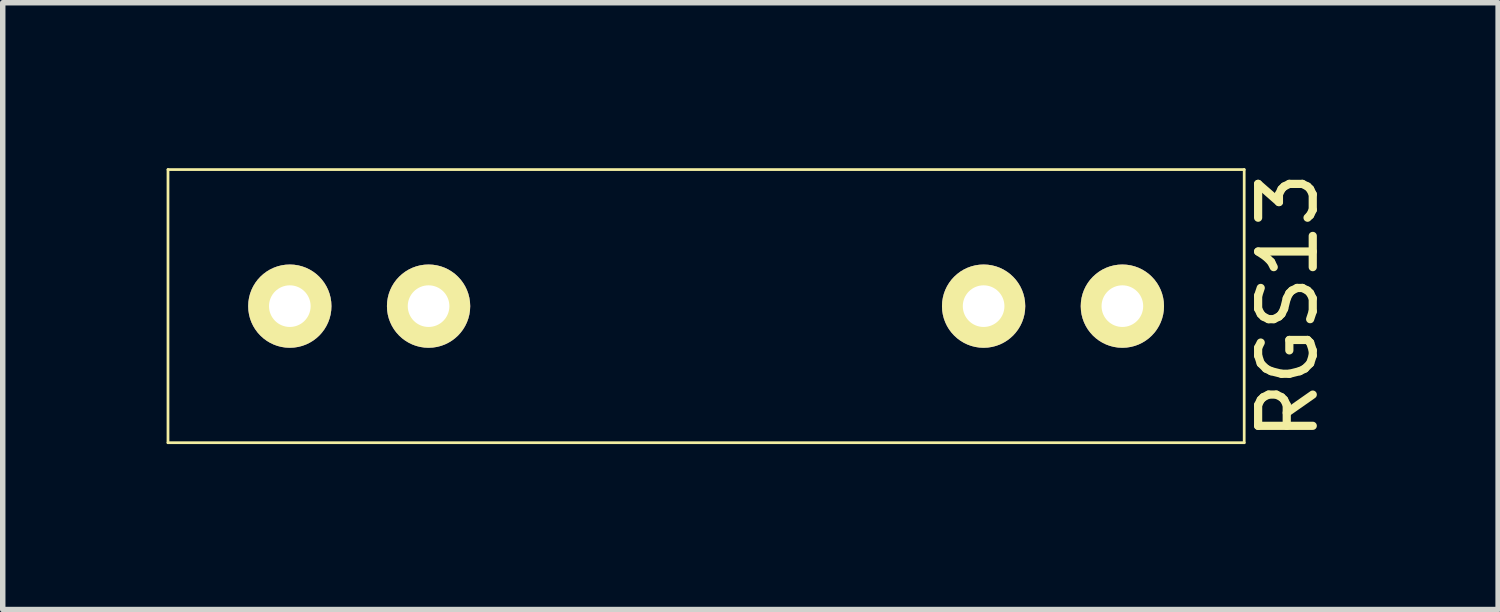
<source format=kicad_pcb>
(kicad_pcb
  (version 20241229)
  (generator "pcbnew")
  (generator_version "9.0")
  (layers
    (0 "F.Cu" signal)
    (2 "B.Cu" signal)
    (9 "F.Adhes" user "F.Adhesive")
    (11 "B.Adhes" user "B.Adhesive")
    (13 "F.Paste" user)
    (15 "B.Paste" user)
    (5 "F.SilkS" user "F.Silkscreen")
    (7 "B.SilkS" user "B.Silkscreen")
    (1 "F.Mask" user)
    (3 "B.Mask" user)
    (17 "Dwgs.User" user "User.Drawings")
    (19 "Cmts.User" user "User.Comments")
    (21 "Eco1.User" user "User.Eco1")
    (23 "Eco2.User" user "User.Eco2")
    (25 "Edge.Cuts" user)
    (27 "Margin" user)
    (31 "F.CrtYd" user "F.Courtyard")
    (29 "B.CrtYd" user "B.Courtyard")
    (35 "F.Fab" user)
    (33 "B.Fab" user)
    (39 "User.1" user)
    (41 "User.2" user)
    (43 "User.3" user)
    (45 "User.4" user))
  (footprint "RGS13"
    (layer "F.Cu")
    (at 9.875 2.554)
    (property "Reference" "RGS13" (at 10.65 0 90) (layer "F.SilkS") (effects (font (size 1 1) (thickness 0.15))))
    (attr through_hole)
    (fp_line (start -9.85 -2.5) (end -9.85 2.5) (stroke (width 0.05) (type solid)) (layer "F.SilkS"))
    (fp_line (start -9.85 2.5) (end 9.85 2.5) (stroke (width 0.05) (type solid)) (layer "F.SilkS"))
    (fp_line (start 9.85 -2.5) (end -9.85 -2.5) (stroke (width 0.05) (type solid)) (layer "F.SilkS"))
    (fp_line (start 9.85 2.5) (end 9.85 -2.5) (stroke (width 0.05) (type solid)) (layer "F.SilkS"))
    (pad "1" thru_hole circle (at -7.62 0) (size 1.524 1.524) (drill 0.762) (layers "*.Cu" "*.Mask" "F.SilkS"))
    (pad "2" thru_hole circle (at -5.08 0) (size 1.524 1.524) (drill 0.762) (layers "*.Cu" "*.Mask" "F.SilkS"))
    (pad "6" thru_hole circle (at 5.08 0) (size 1.524 1.524) (drill 0.762) (layers "*.Cu" "*.Mask" "F.SilkS"))
    (pad "7" thru_hole circle (at 7.62 0) (size 1.524 1.524) (drill 0.762) (layers "*.Cu" "*.Mask" "F.SilkS")))
  (gr_rect
    (start -3 -3)
    (end 24.373 8.107)
    (stroke (width 0.1) (type default))
    (fill no)
    (layer "Edge.Cuts")))
</source>
